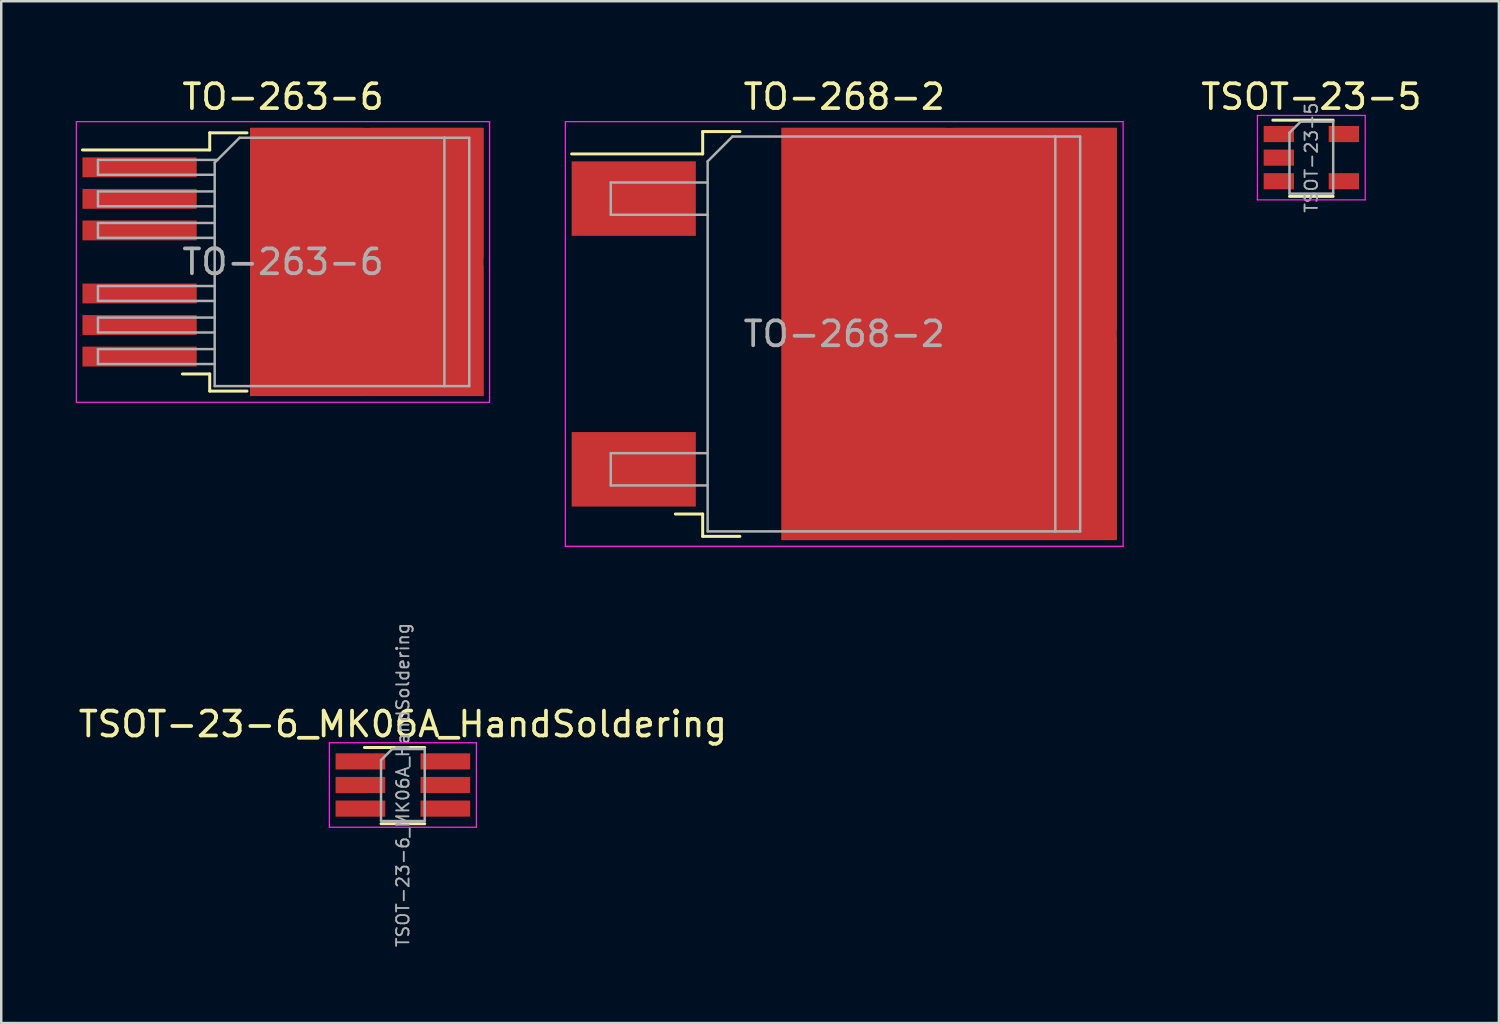
<source format=kicad_pcb>
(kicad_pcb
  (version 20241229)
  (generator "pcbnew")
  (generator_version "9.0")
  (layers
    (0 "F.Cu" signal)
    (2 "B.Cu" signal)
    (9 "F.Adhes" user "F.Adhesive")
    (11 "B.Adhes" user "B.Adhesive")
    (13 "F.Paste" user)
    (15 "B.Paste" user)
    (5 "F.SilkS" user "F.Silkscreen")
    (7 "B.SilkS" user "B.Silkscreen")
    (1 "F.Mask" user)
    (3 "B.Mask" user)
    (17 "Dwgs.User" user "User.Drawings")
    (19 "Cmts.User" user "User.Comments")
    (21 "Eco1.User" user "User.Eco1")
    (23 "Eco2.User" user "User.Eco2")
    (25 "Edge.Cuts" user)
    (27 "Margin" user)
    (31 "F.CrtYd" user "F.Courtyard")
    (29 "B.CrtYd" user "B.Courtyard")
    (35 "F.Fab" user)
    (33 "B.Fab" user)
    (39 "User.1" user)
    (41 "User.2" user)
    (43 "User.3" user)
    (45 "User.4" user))
  (footprint "TSOT-23-6_MK06A_HandSoldering"
    (layer "F.Cu")
    (at 13.173 28.56)
    (property "Reference" "TSOT-23-6_MK06A_HandSoldering" (at 0 -2.45 0) (layer "F.SilkS") (effects (font (size 1 1) (thickness 0.15))))
    (attr smd)
    (fp_line (start -0.88 1.56) (end 0.88 1.56) (stroke (width 0.12) (type solid)) (layer "F.SilkS"))
    (fp_line (start 0.88 -1.51) (end -1.55 -1.51) (stroke (width 0.12) (type solid)) (layer "F.SilkS"))
    (fp_line (start -2.96 -1.7) (end -2.96 1.7) (stroke (width 0.05) (type solid)) (layer "F.CrtYd"))
    (fp_line (start -2.96 -1.7) (end 2.96 -1.7) (stroke (width 0.05) (type solid)) (layer "F.CrtYd"))
    (fp_line (start 2.96 1.7) (end -2.96 1.7) (stroke (width 0.05) (type solid)) (layer "F.CrtYd"))
    (fp_line (start 2.96 1.7) (end 2.96 -1.7) (stroke (width 0.05) (type solid)) (layer "F.CrtYd"))
    (fp_line (start -0.88 -1) (end -0.88 1.45) (stroke (width 0.1) (type solid)) (layer "F.Fab"))
    (fp_line (start -0.88 -1) (end -0.43 -1.45) (stroke (width 0.1) (type solid)) (layer "F.Fab"))
    (fp_line (start 0.88 -1.45) (end -0.43 -1.45) (stroke (width 0.1) (type solid)) (layer "F.Fab"))
    (fp_line (start 0.88 -1.45) (end 0.88 1.45) (stroke (width 0.1) (type solid)) (layer "F.Fab"))
    (fp_line (start 0.88 1.45) (end -0.88 1.45) (stroke (width 0.1) (type solid)) (layer "F.Fab"))
    (fp_text user "${REFERENCE}" (at 0 0 90) (layer "F.Fab") (effects (font (size 0.5 0.5) (thickness 0.075))))
    (pad "1" smd rect (at -1.71 -0.95) (size 2 0.65) (layers "F.Cu" "F.Mask" "F.Paste"))
    (pad "2" smd rect (at -1.71 0) (size 2 0.65) (layers "F.Cu" "F.Mask" "F.Paste"))
    (pad "3" smd rect (at -1.71 0.95) (size 2 0.65) (layers "F.Cu" "F.Mask" "F.Paste"))
    (pad "4" smd rect (at 1.71 0.95) (size 2 0.65) (layers "F.Cu" "F.Mask" "F.Paste"))
    (pad "5" smd rect (at 1.71 0) (size 2 0.65) (layers "F.Cu" "F.Mask" "F.Paste"))
    (pad "6" smd rect (at 1.71 -0.95) (size 2 0.65) (layers "F.Cu" "F.Mask" "F.Paste")))
  (footprint "TO-268-2"
    (layer "F.Cu")
    (at 30.945 10.398)
    (property "Reference" "TO-268-2" (at 0 -9.55 0) (layer "F.SilkS") (effects (font (size 1 1) (thickness 0.15))))
    (attr smd)
    (fp_line (start -5.7 -8.15) (end -5.7 -7.25) (stroke (width 0.12) (type solid)) (layer "F.SilkS"))
    (fp_line (start -5.7 -7.25) (end -10.975 -7.25) (stroke (width 0.12) (type solid)) (layer "F.SilkS"))
    (fp_line (start -5.7 7.25) (end -6.8 7.25) (stroke (width 0.12) (type solid)) (layer "F.SilkS"))
    (fp_line (start -5.7 8.15) (end -5.7 7.25) (stroke (width 0.12) (type solid)) (layer "F.SilkS"))
    (fp_line (start -4.2 -8.15) (end -5.7 -8.15) (stroke (width 0.12) (type solid)) (layer "F.SilkS"))
    (fp_line (start -4.2 8.15) (end -5.7 8.15) (stroke (width 0.12) (type solid)) (layer "F.SilkS"))
    (fp_line (start -11.23 -8.55) (end -11.23 8.55) (stroke (width 0.05) (type solid)) (layer "F.CrtYd"))
    (fp_line (start -11.23 8.55) (end 11.23 8.55) (stroke (width 0.05) (type solid)) (layer "F.CrtYd"))
    (fp_line (start 11.23 -8.55) (end -11.23 -8.55) (stroke (width 0.05) (type solid)) (layer "F.CrtYd"))
    (fp_line (start 11.23 8.55) (end 11.23 -8.55) (stroke (width 0.05) (type solid)) (layer "F.CrtYd"))
    (fp_line (start -9.4 -6.1) (end -9.4 -4.8) (stroke (width 0.1) (type solid)) (layer "F.Fab"))
    (fp_line (start -9.4 -4.8) (end -5.5 -4.8) (stroke (width 0.1) (type solid)) (layer "F.Fab"))
    (fp_line (start -9.4 4.8) (end -9.4 6.1) (stroke (width 0.1) (type solid)) (layer "F.Fab"))
    (fp_line (start -9.4 6.1) (end -5.5 6.1) (stroke (width 0.1) (type solid)) (layer "F.Fab"))
    (fp_line (start -5.5 -6.95) (end -4.5 -7.95) (stroke (width 0.1) (type solid)) (layer "F.Fab"))
    (fp_line (start -5.5 -6.1) (end -9.4 -6.1) (stroke (width 0.1) (type solid)) (layer "F.Fab"))
    (fp_line (start -5.5 4.8) (end -9.4 4.8) (stroke (width 0.1) (type solid)) (layer "F.Fab"))
    (fp_line (start -5.5 7.95) (end -5.5 -6.95) (stroke (width 0.1) (type solid)) (layer "F.Fab"))
    (fp_line (start -4.5 -7.95) (end 8.5 -7.95) (stroke (width 0.1) (type solid)) (layer "F.Fab"))
    (fp_line (start 8.5 -7.95) (end 8.5 7.95) (stroke (width 0.1) (type solid)) (layer "F.Fab"))
    (fp_line (start 8.5 -7.95) (end 9.5 -7.95) (stroke (width 0.1) (type solid)) (layer "F.Fab"))
    (fp_line (start 8.5 7.95) (end -5.5 7.95) (stroke (width 0.1) (type solid)) (layer "F.Fab"))
    (fp_line (start 9.5 -7.95) (end 9.5 7.95) (stroke (width 0.1) (type solid)) (layer "F.Fab"))
    (fp_line (start 9.5 7.95) (end 8.5 7.95) (stroke (width 0.1) (type solid)) (layer "F.Fab"))
    (fp_text user "${REFERENCE}" (at 0 0 0) (layer "F.Fab") (effects (font (size 1 1) (thickness 0.15))))
    (pad "1" smd rect (at -8.475 -5.45) (size 5 3) (layers "F.Cu" "F.Mask" "F.Paste"))
    (pad "2" smd rect (at 0.775 -4.225) (size 6.6 8.15) (layers "F.Cu" "F.Paste"))
    (pad "2" smd rect (at 0.775 4.225) (size 6.6 8.15) (layers "F.Cu" "F.Paste"))
    (pad "2" smd rect (at 4.225 0) (size 13.5 16.6) (layers "F.Cu" "F.Mask"))
    (pad "2" smd rect (at 7.675 -4.225) (size 6.6 8.15) (layers "F.Cu" "F.Paste"))
    (pad "2" smd rect (at 7.675 4.225) (size 6.6 8.15) (layers "F.Cu" "F.Paste"))
    (pad "3" smd rect (at -8.475 5.45) (size 5 3) (layers "F.Cu" "F.Mask" "F.Paste")))
  (footprint "TSOT-23-5"
    (layer "F.Cu")
    (at 49.754 3.298)
    (property "Reference" "TSOT-23-5" (at 0 -2.45 0) (layer "F.SilkS") (effects (font (size 1 1) (thickness 0.15))))
    (attr smd)
    (fp_line (start -0.88 1.56) (end 0.88 1.56) (stroke (width 0.12) (type solid)) (layer "F.SilkS"))
    (fp_line (start 0.88 -1.51) (end -1.55 -1.51) (stroke (width 0.12) (type solid)) (layer "F.SilkS"))
    (fp_line (start -2.17 -1.7) (end -2.17 1.7) (stroke (width 0.05) (type solid)) (layer "F.CrtYd"))
    (fp_line (start -2.17 -1.7) (end 2.17 -1.7) (stroke (width 0.05) (type solid)) (layer "F.CrtYd"))
    (fp_line (start 2.17 1.7) (end -2.17 1.7) (stroke (width 0.05) (type solid)) (layer "F.CrtYd"))
    (fp_line (start 2.17 1.7) (end 2.17 -1.7) (stroke (width 0.05) (type solid)) (layer "F.CrtYd"))
    (fp_line (start -0.88 -1) (end -0.88 1.45) (stroke (width 0.1) (type solid)) (layer "F.Fab"))
    (fp_line (start -0.88 -1) (end -0.43 -1.45) (stroke (width 0.1) (type solid)) (layer "F.Fab"))
    (fp_line (start 0.88 -1.45) (end -0.43 -1.45) (stroke (width 0.1) (type solid)) (layer "F.Fab"))
    (fp_line (start 0.88 -1.45) (end 0.88 1.45) (stroke (width 0.1) (type solid)) (layer "F.Fab"))
    (fp_line (start 0.88 1.45) (end -0.88 1.45) (stroke (width 0.1) (type solid)) (layer "F.Fab"))
    (fp_text user "${REFERENCE}" (at 0 0 90) (layer "F.Fab") (effects (font (size 0.5 0.5) (thickness 0.075))))
    (pad "1" smd rect (at -1.31 -0.95) (size 1.22 0.65) (layers "F.Cu" "F.Mask" "F.Paste"))
    (pad "2" smd rect (at -1.31 0) (size 1.22 0.65) (layers "F.Cu" "F.Mask" "F.Paste"))
    (pad "3" smd rect (at -1.31 0.95) (size 1.22 0.65) (layers "F.Cu" "F.Mask" "F.Paste"))
    (pad "4" smd rect (at 1.31 0.95) (size 1.22 0.65) (layers "F.Cu" "F.Mask" "F.Paste"))
    (pad "5" smd rect (at 1.31 -0.95) (size 1.22 0.65) (layers "F.Cu" "F.Mask" "F.Paste")))
  (footprint "TO-263-6"
    (layer "F.Cu")
    (at 8.345 7.498)
    (property "Reference" "TO-263-6" (at 0 -6.65 0) (layer "F.SilkS") (effects (font (size 1 1) (thickness 0.15))))
    (attr smd)
    (fp_line (start -2.95 -5.2) (end -2.95 -4.51) (stroke (width 0.12) (type solid)) (layer "F.SilkS"))
    (fp_line (start -2.95 -4.51) (end -8.075 -4.51) (stroke (width 0.12) (type solid)) (layer "F.SilkS"))
    (fp_line (start -2.95 4.51) (end -4.05 4.51) (stroke (width 0.12) (type solid)) (layer "F.SilkS"))
    (fp_line (start -2.95 5.2) (end -2.95 4.51) (stroke (width 0.12) (type solid)) (layer "F.SilkS"))
    (fp_line (start -1.45 -5.2) (end -2.95 -5.2) (stroke (width 0.12) (type solid)) (layer "F.SilkS"))
    (fp_line (start -1.45 5.2) (end -2.95 5.2) (stroke (width 0.12) (type solid)) (layer "F.SilkS"))
    (fp_line (start -8.32 -5.65) (end -8.32 5.65) (stroke (width 0.05) (type solid)) (layer "F.CrtYd"))
    (fp_line (start -8.32 5.65) (end 8.32 5.65) (stroke (width 0.05) (type solid)) (layer "F.CrtYd"))
    (fp_line (start 8.32 -5.65) (end -8.32 -5.65) (stroke (width 0.05) (type solid)) (layer "F.CrtYd"))
    (fp_line (start 8.32 5.65) (end 8.32 -5.65) (stroke (width 0.05) (type solid)) (layer "F.CrtYd"))
    (fp_line (start -7.45 -4.11) (end -7.45 -3.51) (stroke (width 0.1) (type solid)) (layer "F.Fab"))
    (fp_line (start -7.45 -3.51) (end -2.75 -3.51) (stroke (width 0.1) (type solid)) (layer "F.Fab"))
    (fp_line (start -7.45 -2.84) (end -7.45 -2.24) (stroke (width 0.1) (type solid)) (layer "F.Fab"))
    (fp_line (start -7.45 -2.24) (end -2.75 -2.24) (stroke (width 0.1) (type solid)) (layer "F.Fab"))
    (fp_line (start -7.45 -1.57) (end -7.45 -0.97) (stroke (width 0.1) (type solid)) (layer "F.Fab"))
    (fp_line (start -7.45 -0.97) (end -2.75 -0.97) (stroke (width 0.1) (type solid)) (layer "F.Fab"))
    (fp_line (start -7.45 0.97) (end -7.45 1.57) (stroke (width 0.1) (type solid)) (layer "F.Fab"))
    (fp_line (start -7.45 1.57) (end -2.75 1.57) (stroke (width 0.1) (type solid)) (layer "F.Fab"))
    (fp_line (start -7.45 2.24) (end -7.45 2.84) (stroke (width 0.1) (type solid)) (layer "F.Fab"))
    (fp_line (start -7.45 2.84) (end -2.75 2.84) (stroke (width 0.1) (type solid)) (layer "F.Fab"))
    (fp_line (start -7.45 3.51) (end -7.45 4.11) (stroke (width 0.1) (type solid)) (layer "F.Fab"))
    (fp_line (start -7.45 4.11) (end -2.75 4.11) (stroke (width 0.1) (type solid)) (layer "F.Fab"))
    (fp_line (start -2.75 -4) (end -1.75 -5) (stroke (width 0.1) (type solid)) (layer "F.Fab"))
    (fp_line (start -2.75 -2.84) (end -7.45 -2.84) (stroke (width 0.1) (type solid)) (layer "F.Fab"))
    (fp_line (start -2.75 -1.57) (end -7.45 -1.57) (stroke (width 0.1) (type solid)) (layer "F.Fab"))
    (fp_line (start -2.75 0.97) (end -7.45 0.97) (stroke (width 0.1) (type solid)) (layer "F.Fab"))
    (fp_line (start -2.75 2.24) (end -7.45 2.24) (stroke (width 0.1) (type solid)) (layer "F.Fab"))
    (fp_line (start -2.75 3.51) (end -7.45 3.51) (stroke (width 0.1) (type solid)) (layer "F.Fab"))
    (fp_line (start -2.75 5) (end -2.75 -4) (stroke (width 0.1) (type solid)) (layer "F.Fab"))
    (fp_line (start -2.64 -4.11) (end -7.45 -4.11) (stroke (width 0.1) (type solid)) (layer "F.Fab"))
    (fp_line (start -1.75 -5) (end 6.5 -5) (stroke (width 0.1) (type solid)) (layer "F.Fab"))
    (fp_line (start 6.5 -5) (end 6.5 5) (stroke (width 0.1) (type solid)) (layer "F.Fab"))
    (fp_line (start 6.5 -5) (end 7.5 -5) (stroke (width 0.1) (type solid)) (layer "F.Fab"))
    (fp_line (start 6.5 5) (end -2.75 5) (stroke (width 0.1) (type solid)) (layer "F.Fab"))
    (fp_line (start 7.5 -5) (end 7.5 5) (stroke (width 0.1) (type solid)) (layer "F.Fab"))
    (fp_line (start 7.5 5) (end 6.5 5) (stroke (width 0.1) (type solid)) (layer "F.Fab"))
    (fp_text user "${REFERENCE}" (at 0 0 0) (layer "F.Fab") (effects (font (size 1 1) (thickness 0.15))))
    (pad "1" smd rect (at -5.775 -3.81) (size 4.6 0.8) (layers "F.Cu" "F.Mask" "F.Paste"))
    (pad "2" smd rect (at -5.775 -2.54) (size 4.6 0.8) (layers "F.Cu" "F.Mask" "F.Paste"))
    (pad "3" smd rect (at -5.775 -1.27) (size 4.6 0.8) (layers "F.Cu" "F.Mask" "F.Paste"))
    (pad "4" smd rect (at 0.95 -2.775) (size 4.55 5.25) (layers "F.Cu" "F.Paste"))
    (pad "4" smd rect (at 0.95 2.775) (size 4.55 5.25) (layers "F.Cu" "F.Paste"))
    (pad "4" smd rect (at 3.375 0) (size 9.4 10.8) (layers "F.Cu" "F.Mask"))
    (pad "4" smd rect (at 5.8 -2.775) (size 4.55 5.25) (layers "F.Cu" "F.Paste"))
    (pad "4" smd rect (at 5.8 2.775) (size 4.55 5.25) (layers "F.Cu" "F.Paste"))
    (pad "5" smd rect (at -5.775 1.27) (size 4.6 0.8) (layers "F.Cu" "F.Mask" "F.Paste"))
    (pad "6" smd rect (at -5.775 2.54) (size 4.6 0.8) (layers "F.Cu" "F.Mask" "F.Paste"))
    (pad "7" smd rect (at -5.775 3.81) (size 4.6 0.8) (layers "F.Cu" "F.Mask" "F.Paste")))
  (gr_rect
    (start -3 -3)
    (end 57.307 38.146)
    (stroke (width 0.1) (type default))
    (fill no)
    (layer "Edge.Cuts")))
</source>
